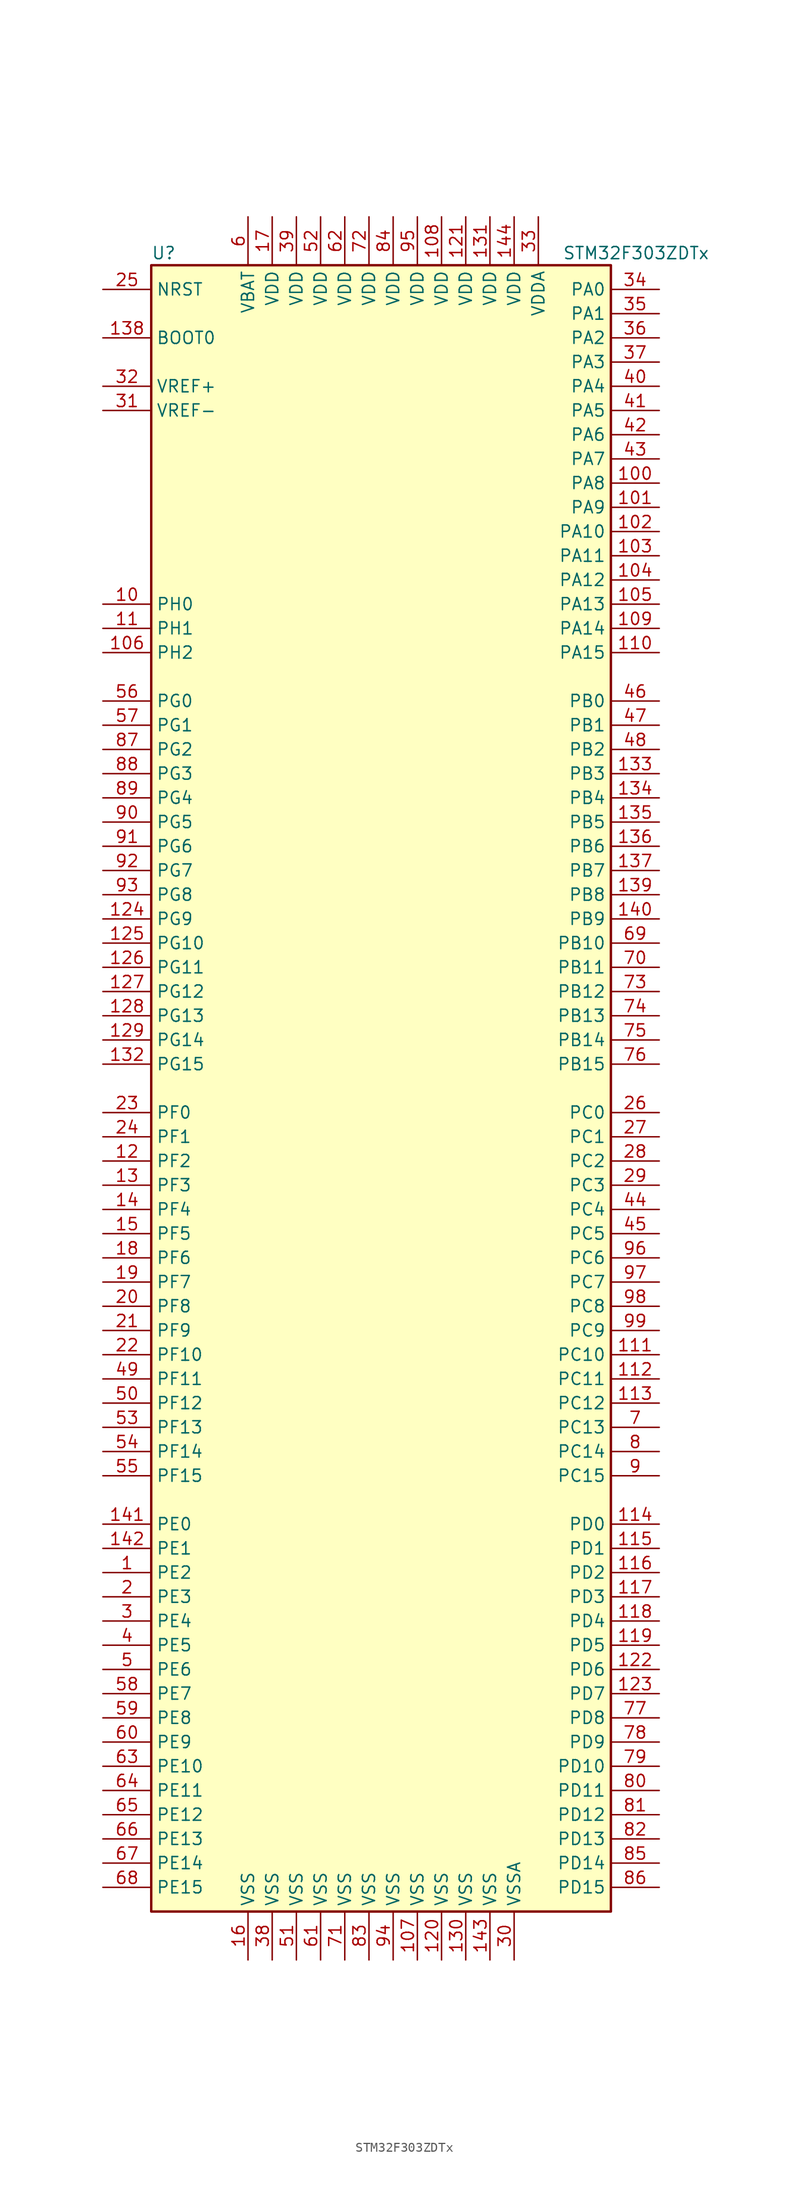
<source format=kicad_sym>
(kicad_symbol_lib
  (version 20211014)
  (generator kicad_symbol_editor)
  (symbol "STM32F303ZDTx"
    (property "Reference" "U"
      (at -25.4 87.63 0)
      (effects (font (size 1.27 1.27)) (justify left)))
    (property "Value" "STM32F303ZDTx"
      (at 17.78 87.63 0)
      (effects (font (size 1.27 1.27)) (justify left)))
    (symbol "STM32F303ZDTx_0_1"
      (rectangle (start -25.4 -86.36) (end 22.86 86.36) (stroke (width 0.254) (type default) (color 0 0 0 0)) (fill (type background))))
    (symbol "STM32F303ZDTx_1_1"
      (pin bidirectional line (at -30.48 -50.8 0) (length 5.08) (name "PE2" (effects (font (size 1.27 1.27)))) (number "1" (effects (font (size 1.27 1.27)))))
      (pin bidirectional line (at -30.48 50.8 0) (length 5.08) (name "PH0" (effects (font (size 1.27 1.27)))) (number "10" (effects (font (size 1.27 1.27)))))
      (pin bidirectional line (at 27.94 63.5 180) (length 5.08) (name "PA8" (effects (font (size 1.27 1.27)))) (number "100" (effects (font (size 1.27 1.27)))))
      (pin bidirectional line (at 27.94 60.96 180) (length 5.08) (name "PA9" (effects (font (size 1.27 1.27)))) (number "101" (effects (font (size 1.27 1.27)))))
      (pin bidirectional line (at 27.94 58.42 180) (length 5.08) (name "PA10" (effects (font (size 1.27 1.27)))) (number "102" (effects (font (size 1.27 1.27)))))
      (pin bidirectional line (at 27.94 55.88 180) (length 5.08) (name "PA11" (effects (font (size 1.27 1.27)))) (number "103" (effects (font (size 1.27 1.27)))))
      (pin bidirectional line (at 27.94 53.34 180) (length 5.08) (name "PA12" (effects (font (size 1.27 1.27)))) (number "104" (effects (font (size 1.27 1.27)))))
      (pin bidirectional line (at 27.94 50.8 180) (length 5.08) (name "PA13" (effects (font (size 1.27 1.27)))) (number "105" (effects (font (size 1.27 1.27)))))
      (pin bidirectional line (at -30.48 45.72 0) (length 5.08) (name "PH2" (effects (font (size 1.27 1.27)))) (number "106" (effects (font (size 1.27 1.27)))))
      (pin power_in line (at 2.54 -91.44 90) (length 5.08) (name "VSS" (effects (font (size 1.27 1.27)))) (number "107" (effects (font (size 1.27 1.27)))))
      (pin power_in line (at 5.08 91.44 270) (length 5.08) (name "VDD" (effects (font (size 1.27 1.27)))) (number "108" (effects (font (size 1.27 1.27)))))
      (pin bidirectional line (at 27.94 48.26 180) (length 5.08) (name "PA14" (effects (font (size 1.27 1.27)))) (number "109" (effects (font (size 1.27 1.27)))))
      (pin bidirectional line (at -30.48 48.26 0) (length 5.08) (name "PH1" (effects (font (size 1.27 1.27)))) (number "11" (effects (font (size 1.27 1.27)))))
      (pin bidirectional line (at 27.94 45.72 180) (length 5.08) (name "PA15" (effects (font (size 1.27 1.27)))) (number "110" (effects (font (size 1.27 1.27)))))
      (pin bidirectional line (at 27.94 -27.94 180) (length 5.08) (name "PC10" (effects (font (size 1.27 1.27)))) (number "111" (effects (font (size 1.27 1.27)))))
      (pin bidirectional line (at 27.94 -30.48 180) (length 5.08) (name "PC11" (effects (font (size 1.27 1.27)))) (number "112" (effects (font (size 1.27 1.27)))))
      (pin bidirectional line (at 27.94 -33.02 180) (length 5.08) (name "PC12" (effects (font (size 1.27 1.27)))) (number "113" (effects (font (size 1.27 1.27)))))
      (pin bidirectional line (at 27.94 -45.72 180) (length 5.08) (name "PD0" (effects (font (size 1.27 1.27)))) (number "114" (effects (font (size 1.27 1.27)))))
      (pin bidirectional line (at 27.94 -48.26 180) (length 5.08) (name "PD1" (effects (font (size 1.27 1.27)))) (number "115" (effects (font (size 1.27 1.27)))))
      (pin bidirectional line (at 27.94 -50.8 180) (length 5.08) (name "PD2" (effects (font (size 1.27 1.27)))) (number "116" (effects (font (size 1.27 1.27)))))
      (pin bidirectional line (at 27.94 -53.34 180) (length 5.08) (name "PD3" (effects (font (size 1.27 1.27)))) (number "117" (effects (font (size 1.27 1.27)))))
      (pin bidirectional line (at 27.94 -55.88 180) (length 5.08) (name "PD4" (effects (font (size 1.27 1.27)))) (number "118" (effects (font (size 1.27 1.27)))))
      (pin bidirectional line (at 27.94 -58.42 180) (length 5.08) (name "PD5" (effects (font (size 1.27 1.27)))) (number "119" (effects (font (size 1.27 1.27)))))
      (pin bidirectional line (at -30.48 -7.62 0) (length 5.08) (name "PF2" (effects (font (size 1.27 1.27)))) (number "12" (effects (font (size 1.27 1.27)))))
      (pin power_in line (at 5.08 -91.44 90) (length 5.08) (name "VSS" (effects (font (size 1.27 1.27)))) (number "120" (effects (font (size 1.27 1.27)))))
      (pin power_in line (at 7.62 91.44 270) (length 5.08) (name "VDD" (effects (font (size 1.27 1.27)))) (number "121" (effects (font (size 1.27 1.27)))))
      (pin bidirectional line (at 27.94 -60.96 180) (length 5.08) (name "PD6" (effects (font (size 1.27 1.27)))) (number "122" (effects (font (size 1.27 1.27)))))
      (pin bidirectional line (at 27.94 -63.5 180) (length 5.08) (name "PD7" (effects (font (size 1.27 1.27)))) (number "123" (effects (font (size 1.27 1.27)))))
      (pin bidirectional line (at -30.48 17.78 0) (length 5.08) (name "PG9" (effects (font (size 1.27 1.27)))) (number "124" (effects (font (size 1.27 1.27)))))
      (pin bidirectional line (at -30.48 15.24 0) (length 5.08) (name "PG10" (effects (font (size 1.27 1.27)))) (number "125" (effects (font (size 1.27 1.27)))))
      (pin bidirectional line (at -30.48 12.7 0) (length 5.08) (name "PG11" (effects (font (size 1.27 1.27)))) (number "126" (effects (font (size 1.27 1.27)))))
      (pin bidirectional line (at -30.48 10.16 0) (length 5.08) (name "PG12" (effects (font (size 1.27 1.27)))) (number "127" (effects (font (size 1.27 1.27)))))
      (pin bidirectional line (at -30.48 7.62 0) (length 5.08) (name "PG13" (effects (font (size 1.27 1.27)))) (number "128" (effects (font (size 1.27 1.27)))))
      (pin bidirectional line (at -30.48 5.08 0) (length 5.08) (name "PG14" (effects (font (size 1.27 1.27)))) (number "129" (effects (font (size 1.27 1.27)))))
      (pin bidirectional line (at -30.48 -10.16 0) (length 5.08) (name "PF3" (effects (font (size 1.27 1.27)))) (number "13" (effects (font (size 1.27 1.27)))))
      (pin power_in line (at 7.62 -91.44 90) (length 5.08) (name "VSS" (effects (font (size 1.27 1.27)))) (number "130" (effects (font (size 1.27 1.27)))))
      (pin power_in line (at 10.16 91.44 270) (length 5.08) (name "VDD" (effects (font (size 1.27 1.27)))) (number "131" (effects (font (size 1.27 1.27)))))
      (pin bidirectional line (at -30.48 2.54 0) (length 5.08) (name "PG15" (effects (font (size 1.27 1.27)))) (number "132" (effects (font (size 1.27 1.27)))))
      (pin bidirectional line (at 27.94 33.02 180) (length 5.08) (name "PB3" (effects (font (size 1.27 1.27)))) (number "133" (effects (font (size 1.27 1.27)))))
      (pin bidirectional line (at 27.94 30.48 180) (length 5.08) (name "PB4" (effects (font (size 1.27 1.27)))) (number "134" (effects (font (size 1.27 1.27)))))
      (pin bidirectional line (at 27.94 27.94 180) (length 5.08) (name "PB5" (effects (font (size 1.27 1.27)))) (number "135" (effects (font (size 1.27 1.27)))))
      (pin bidirectional line (at 27.94 25.4 180) (length 5.08) (name "PB6" (effects (font (size 1.27 1.27)))) (number "136" (effects (font (size 1.27 1.27)))))
      (pin bidirectional line (at 27.94 22.86 180) (length 5.08) (name "PB7" (effects (font (size 1.27 1.27)))) (number "137" (effects (font (size 1.27 1.27)))))
      (pin input line (at -30.48 78.74 0) (length 5.08) (name "BOOT0" (effects (font (size 1.27 1.27)))) (number "138" (effects (font (size 1.27 1.27)))))
      (pin bidirectional line (at 27.94 20.32 180) (length 5.08) (name "PB8" (effects (font (size 1.27 1.27)))) (number "139" (effects (font (size 1.27 1.27)))))
      (pin bidirectional line (at -30.48 -12.7 0) (length 5.08) (name "PF4" (effects (font (size 1.27 1.27)))) (number "14" (effects (font (size 1.27 1.27)))))
      (pin bidirectional line (at 27.94 17.78 180) (length 5.08) (name "PB9" (effects (font (size 1.27 1.27)))) (number "140" (effects (font (size 1.27 1.27)))))
      (pin bidirectional line (at -30.48 -45.72 0) (length 5.08) (name "PE0" (effects (font (size 1.27 1.27)))) (number "141" (effects (font (size 1.27 1.27)))))
      (pin bidirectional line (at -30.48 -48.26 0) (length 5.08) (name "PE1" (effects (font (size 1.27 1.27)))) (number "142" (effects (font (size 1.27 1.27)))))
      (pin power_in line (at 10.16 -91.44 90) (length 5.08) (name "VSS" (effects (font (size 1.27 1.27)))) (number "143" (effects (font (size 1.27 1.27)))))
      (pin power_in line (at 12.7 91.44 270) (length 5.08) (name "VDD" (effects (font (size 1.27 1.27)))) (number "144" (effects (font (size 1.27 1.27)))))
      (pin bidirectional line (at -30.48 -15.24 0) (length 5.08) (name "PF5" (effects (font (size 1.27 1.27)))) (number "15" (effects (font (size 1.27 1.27)))))
      (pin power_in line (at -15.24 -91.44 90) (length 5.08) (name "VSS" (effects (font (size 1.27 1.27)))) (number "16" (effects (font (size 1.27 1.27)))))
      (pin power_in line (at -12.7 91.44 270) (length 5.08) (name "VDD" (effects (font (size 1.27 1.27)))) (number "17" (effects (font (size 1.27 1.27)))))
      (pin bidirectional line (at -30.48 -17.78 0) (length 5.08) (name "PF6" (effects (font (size 1.27 1.27)))) (number "18" (effects (font (size 1.27 1.27)))))
      (pin bidirectional line (at -30.48 -20.32 0) (length 5.08) (name "PF7" (effects (font (size 1.27 1.27)))) (number "19" (effects (font (size 1.27 1.27)))))
      (pin bidirectional line (at -30.48 -53.34 0) (length 5.08) (name "PE3" (effects (font (size 1.27 1.27)))) (number "2" (effects (font (size 1.27 1.27)))))
      (pin bidirectional line (at -30.48 -22.86 0) (length 5.08) (name "PF8" (effects (font (size 1.27 1.27)))) (number "20" (effects (font (size 1.27 1.27)))))
      (pin bidirectional line (at -30.48 -25.4 0) (length 5.08) (name "PF9" (effects (font (size 1.27 1.27)))) (number "21" (effects (font (size 1.27 1.27)))))
      (pin bidirectional line (at -30.48 -27.94 0) (length 5.08) (name "PF10" (effects (font (size 1.27 1.27)))) (number "22" (effects (font (size 1.27 1.27)))))
      (pin input line (at -30.48 -2.54 0) (length 5.08) (name "PF0" (effects (font (size 1.27 1.27)))) (number "23" (effects (font (size 1.27 1.27)))))
      (pin input line (at -30.48 -5.08 0) (length 5.08) (name "PF1" (effects (font (size 1.27 1.27)))) (number "24" (effects (font (size 1.27 1.27)))))
      (pin input line (at -30.48 83.82 0) (length 5.08) (name "NRST" (effects (font (size 1.27 1.27)))) (number "25" (effects (font (size 1.27 1.27)))))
      (pin bidirectional line (at 27.94 -2.54 180) (length 5.08) (name "PC0" (effects (font (size 1.27 1.27)))) (number "26" (effects (font (size 1.27 1.27)))))
      (pin bidirectional line (at 27.94 -5.08 180) (length 5.08) (name "PC1" (effects (font (size 1.27 1.27)))) (number "27" (effects (font (size 1.27 1.27)))))
      (pin bidirectional line (at 27.94 -7.62 180) (length 5.08) (name "PC2" (effects (font (size 1.27 1.27)))) (number "28" (effects (font (size 1.27 1.27)))))
      (pin bidirectional line (at 27.94 -10.16 180) (length 5.08) (name "PC3" (effects (font (size 1.27 1.27)))) (number "29" (effects (font (size 1.27 1.27)))))
      (pin bidirectional line (at -30.48 -55.88 0) (length 5.08) (name "PE4" (effects (font (size 1.27 1.27)))) (number "3" (effects (font (size 1.27 1.27)))))
      (pin power_in line (at 12.7 -91.44 90) (length 5.08) (name "VSSA" (effects (font (size 1.27 1.27)))) (number "30" (effects (font (size 1.27 1.27)))))
      (pin power_in line (at -30.48 71.12 0) (length 5.08) (name "VREF-" (effects (font (size 1.27 1.27)))) (number "31" (effects (font (size 1.27 1.27)))))
      (pin power_in line (at -30.48 73.66 0) (length 5.08) (name "VREF+" (effects (font (size 1.27 1.27)))) (number "32" (effects (font (size 1.27 1.27)))))
      (pin power_in line (at 15.24 91.44 270) (length 5.08) (name "VDDA" (effects (font (size 1.27 1.27)))) (number "33" (effects (font (size 1.27 1.27)))))
      (pin bidirectional line (at 27.94 83.82 180) (length 5.08) (name "PA0" (effects (font (size 1.27 1.27)))) (number "34" (effects (font (size 1.27 1.27)))))
      (pin bidirectional line (at 27.94 81.28 180) (length 5.08) (name "PA1" (effects (font (size 1.27 1.27)))) (number "35" (effects (font (size 1.27 1.27)))))
      (pin bidirectional line (at 27.94 78.74 180) (length 5.08) (name "PA2" (effects (font (size 1.27 1.27)))) (number "36" (effects (font (size 1.27 1.27)))))
      (pin bidirectional line (at 27.94 76.2 180) (length 5.08) (name "PA3" (effects (font (size 1.27 1.27)))) (number "37" (effects (font (size 1.27 1.27)))))
      (pin power_in line (at -12.7 -91.44 90) (length 5.08) (name "VSS" (effects (font (size 1.27 1.27)))) (number "38" (effects (font (size 1.27 1.27)))))
      (pin power_in line (at -10.16 91.44 270) (length 5.08) (name "VDD" (effects (font (size 1.27 1.27)))) (number "39" (effects (font (size 1.27 1.27)))))
      (pin bidirectional line (at -30.48 -58.42 0) (length 5.08) (name "PE5" (effects (font (size 1.27 1.27)))) (number "4" (effects (font (size 1.27 1.27)))))
      (pin bidirectional line (at 27.94 73.66 180) (length 5.08) (name "PA4" (effects (font (size 1.27 1.27)))) (number "40" (effects (font (size 1.27 1.27)))))
      (pin bidirectional line (at 27.94 71.12 180) (length 5.08) (name "PA5" (effects (font (size 1.27 1.27)))) (number "41" (effects (font (size 1.27 1.27)))))
      (pin bidirectional line (at 27.94 68.58 180) (length 5.08) (name "PA6" (effects (font (size 1.27 1.27)))) (number "42" (effects (font (size 1.27 1.27)))))
      (pin bidirectional line (at 27.94 66.04 180) (length 5.08) (name "PA7" (effects (font (size 1.27 1.27)))) (number "43" (effects (font (size 1.27 1.27)))))
      (pin bidirectional line (at 27.94 -12.7 180) (length 5.08) (name "PC4" (effects (font (size 1.27 1.27)))) (number "44" (effects (font (size 1.27 1.27)))))
      (pin bidirectional line (at 27.94 -15.24 180) (length 5.08) (name "PC5" (effects (font (size 1.27 1.27)))) (number "45" (effects (font (size 1.27 1.27)))))
      (pin bidirectional line (at 27.94 40.64 180) (length 5.08) (name "PB0" (effects (font (size 1.27 1.27)))) (number "46" (effects (font (size 1.27 1.27)))))
      (pin bidirectional line (at 27.94 38.1 180) (length 5.08) (name "PB1" (effects (font (size 1.27 1.27)))) (number "47" (effects (font (size 1.27 1.27)))))
      (pin bidirectional line (at 27.94 35.56 180) (length 5.08) (name "PB2" (effects (font (size 1.27 1.27)))) (number "48" (effects (font (size 1.27 1.27)))))
      (pin bidirectional line (at -30.48 -30.48 0) (length 5.08) (name "PF11" (effects (font (size 1.27 1.27)))) (number "49" (effects (font (size 1.27 1.27)))))
      (pin bidirectional line (at -30.48 -60.96 0) (length 5.08) (name "PE6" (effects (font (size 1.27 1.27)))) (number "5" (effects (font (size 1.27 1.27)))))
      (pin bidirectional line (at -30.48 -33.02 0) (length 5.08) (name "PF12" (effects (font (size 1.27 1.27)))) (number "50" (effects (font (size 1.27 1.27)))))
      (pin power_in line (at -10.16 -91.44 90) (length 5.08) (name "VSS" (effects (font (size 1.27 1.27)))) (number "51" (effects (font (size 1.27 1.27)))))
      (pin power_in line (at -7.62 91.44 270) (length 5.08) (name "VDD" (effects (font (size 1.27 1.27)))) (number "52" (effects (font (size 1.27 1.27)))))
      (pin bidirectional line (at -30.48 -35.56 0) (length 5.08) (name "PF13" (effects (font (size 1.27 1.27)))) (number "53" (effects (font (size 1.27 1.27)))))
      (pin bidirectional line (at -30.48 -38.1 0) (length 5.08) (name "PF14" (effects (font (size 1.27 1.27)))) (number "54" (effects (font (size 1.27 1.27)))))
      (pin bidirectional line (at -30.48 -40.64 0) (length 5.08) (name "PF15" (effects (font (size 1.27 1.27)))) (number "55" (effects (font (size 1.27 1.27)))))
      (pin bidirectional line (at -30.48 40.64 0) (length 5.08) (name "PG0" (effects (font (size 1.27 1.27)))) (number "56" (effects (font (size 1.27 1.27)))))
      (pin bidirectional line (at -30.48 38.1 0) (length 5.08) (name "PG1" (effects (font (size 1.27 1.27)))) (number "57" (effects (font (size 1.27 1.27)))))
      (pin bidirectional line (at -30.48 -63.5 0) (length 5.08) (name "PE7" (effects (font (size 1.27 1.27)))) (number "58" (effects (font (size 1.27 1.27)))))
      (pin bidirectional line (at -30.48 -66.04 0) (length 5.08) (name "PE8" (effects (font (size 1.27 1.27)))) (number "59" (effects (font (size 1.27 1.27)))))
      (pin power_in line (at -15.24 91.44 270) (length 5.08) (name "VBAT" (effects (font (size 1.27 1.27)))) (number "6" (effects (font (size 1.27 1.27)))))
      (pin bidirectional line (at -30.48 -68.58 0) (length 5.08) (name "PE9" (effects (font (size 1.27 1.27)))) (number "60" (effects (font (size 1.27 1.27)))))
      (pin power_in line (at -7.62 -91.44 90) (length 5.08) (name "VSS" (effects (font (size 1.27 1.27)))) (number "61" (effects (font (size 1.27 1.27)))))
      (pin power_in line (at -5.08 91.44 270) (length 5.08) (name "VDD" (effects (font (size 1.27 1.27)))) (number "62" (effects (font (size 1.27 1.27)))))
      (pin bidirectional line (at -30.48 -71.12 0) (length 5.08) (name "PE10" (effects (font (size 1.27 1.27)))) (number "63" (effects (font (size 1.27 1.27)))))
      (pin bidirectional line (at -30.48 -73.66 0) (length 5.08) (name "PE11" (effects (font (size 1.27 1.27)))) (number "64" (effects (font (size 1.27 1.27)))))
      (pin bidirectional line (at -30.48 -76.2 0) (length 5.08) (name "PE12" (effects (font (size 1.27 1.27)))) (number "65" (effects (font (size 1.27 1.27)))))
      (pin bidirectional line (at -30.48 -78.74 0) (length 5.08) (name "PE13" (effects (font (size 1.27 1.27)))) (number "66" (effects (font (size 1.27 1.27)))))
      (pin bidirectional line (at -30.48 -81.28 0) (length 5.08) (name "PE14" (effects (font (size 1.27 1.27)))) (number "67" (effects (font (size 1.27 1.27)))))
      (pin bidirectional line (at -30.48 -83.82 0) (length 5.08) (name "PE15" (effects (font (size 1.27 1.27)))) (number "68" (effects (font (size 1.27 1.27)))))
      (pin bidirectional line (at 27.94 15.24 180) (length 5.08) (name "PB10" (effects (font (size 1.27 1.27)))) (number "69" (effects (font (size 1.27 1.27)))))
      (pin bidirectional line (at 27.94 -35.56 180) (length 5.08) (name "PC13" (effects (font (size 1.27 1.27)))) (number "7" (effects (font (size 1.27 1.27)))))
      (pin bidirectional line (at 27.94 12.7 180) (length 5.08) (name "PB11" (effects (font (size 1.27 1.27)))) (number "70" (effects (font (size 1.27 1.27)))))
      (pin power_in line (at -5.08 -91.44 90) (length 5.08) (name "VSS" (effects (font (size 1.27 1.27)))) (number "71" (effects (font (size 1.27 1.27)))))
      (pin power_in line (at -2.54 91.44 270) (length 5.08) (name "VDD" (effects (font (size 1.27 1.27)))) (number "72" (effects (font (size 1.27 1.27)))))
      (pin bidirectional line (at 27.94 10.16 180) (length 5.08) (name "PB12" (effects (font (size 1.27 1.27)))) (number "73" (effects (font (size 1.27 1.27)))))
      (pin bidirectional line (at 27.94 7.62 180) (length 5.08) (name "PB13" (effects (font (size 1.27 1.27)))) (number "74" (effects (font (size 1.27 1.27)))))
      (pin bidirectional line (at 27.94 5.08 180) (length 5.08) (name "PB14" (effects (font (size 1.27 1.27)))) (number "75" (effects (font (size 1.27 1.27)))))
      (pin bidirectional line (at 27.94 2.54 180) (length 5.08) (name "PB15" (effects (font (size 1.27 1.27)))) (number "76" (effects (font (size 1.27 1.27)))))
      (pin bidirectional line (at 27.94 -66.04 180) (length 5.08) (name "PD8" (effects (font (size 1.27 1.27)))) (number "77" (effects (font (size 1.27 1.27)))))
      (pin bidirectional line (at 27.94 -68.58 180) (length 5.08) (name "PD9" (effects (font (size 1.27 1.27)))) (number "78" (effects (font (size 1.27 1.27)))))
      (pin bidirectional line (at 27.94 -71.12 180) (length 5.08) (name "PD10" (effects (font (size 1.27 1.27)))) (number "79" (effects (font (size 1.27 1.27)))))
      (pin bidirectional line (at 27.94 -38.1 180) (length 5.08) (name "PC14" (effects (font (size 1.27 1.27)))) (number "8" (effects (font (size 1.27 1.27)))))
      (pin bidirectional line (at 27.94 -73.66 180) (length 5.08) (name "PD11" (effects (font (size 1.27 1.27)))) (number "80" (effects (font (size 1.27 1.27)))))
      (pin bidirectional line (at 27.94 -76.2 180) (length 5.08) (name "PD12" (effects (font (size 1.27 1.27)))) (number "81" (effects (font (size 1.27 1.27)))))
      (pin bidirectional line (at 27.94 -78.74 180) (length 5.08) (name "PD13" (effects (font (size 1.27 1.27)))) (number "82" (effects (font (size 1.27 1.27)))))
      (pin power_in line (at -2.54 -91.44 90) (length 5.08) (name "VSS" (effects (font (size 1.27 1.27)))) (number "83" (effects (font (size 1.27 1.27)))))
      (pin power_in line (at 0 91.44 270) (length 5.08) (name "VDD" (effects (font (size 1.27 1.27)))) (number "84" (effects (font (size 1.27 1.27)))))
      (pin bidirectional line (at 27.94 -81.28 180) (length 5.08) (name "PD14" (effects (font (size 1.27 1.27)))) (number "85" (effects (font (size 1.27 1.27)))))
      (pin bidirectional line (at 27.94 -83.82 180) (length 5.08) (name "PD15" (effects (font (size 1.27 1.27)))) (number "86" (effects (font (size 1.27 1.27)))))
      (pin bidirectional line (at -30.48 35.56 0) (length 5.08) (name "PG2" (effects (font (size 1.27 1.27)))) (number "87" (effects (font (size 1.27 1.27)))))
      (pin bidirectional line (at -30.48 33.02 0) (length 5.08) (name "PG3" (effects (font (size 1.27 1.27)))) (number "88" (effects (font (size 1.27 1.27)))))
      (pin bidirectional line (at -30.48 30.48 0) (length 5.08) (name "PG4" (effects (font (size 1.27 1.27)))) (number "89" (effects (font (size 1.27 1.27)))))
      (pin bidirectional line (at 27.94 -40.64 180) (length 5.08) (name "PC15" (effects (font (size 1.27 1.27)))) (number "9" (effects (font (size 1.27 1.27)))))
      (pin bidirectional line (at -30.48 27.94 0) (length 5.08) (name "PG5" (effects (font (size 1.27 1.27)))) (number "90" (effects (font (size 1.27 1.27)))))
      (pin bidirectional line (at -30.48 25.4 0) (length 5.08) (name "PG6" (effects (font (size 1.27 1.27)))) (number "91" (effects (font (size 1.27 1.27)))))
      (pin bidirectional line (at -30.48 22.86 0) (length 5.08) (name "PG7" (effects (font (size 1.27 1.27)))) (number "92" (effects (font (size 1.27 1.27)))))
      (pin bidirectional line (at -30.48 20.32 0) (length 5.08) (name "PG8" (effects (font (size 1.27 1.27)))) (number "93" (effects (font (size 1.27 1.27)))))
      (pin power_in line (at 0 -91.44 90) (length 5.08) (name "VSS" (effects (font (size 1.27 1.27)))) (number "94" (effects (font (size 1.27 1.27)))))
      (pin power_in line (at 2.54 91.44 270) (length 5.08) (name "VDD" (effects (font (size 1.27 1.27)))) (number "95" (effects (font (size 1.27 1.27)))))
      (pin bidirectional line (at 27.94 -17.78 180) (length 5.08) (name "PC6" (effects (font (size 1.27 1.27)))) (number "96" (effects (font (size 1.27 1.27)))))
      (pin bidirectional line (at 27.94 -20.32 180) (length 5.08) (name "PC7" (effects (font (size 1.27 1.27)))) (number "97" (effects (font (size 1.27 1.27)))))
      (pin bidirectional line (at 27.94 -22.86 180) (length 5.08) (name "PC8" (effects (font (size 1.27 1.27)))) (number "98" (effects (font (size 1.27 1.27)))))
      (pin bidirectional line (at 27.94 -25.4 180) (length 5.08) (name "PC9" (effects (font (size 1.27 1.27)))) (number "99" (effects (font (size 1.27 1.27))))))))
</source>
